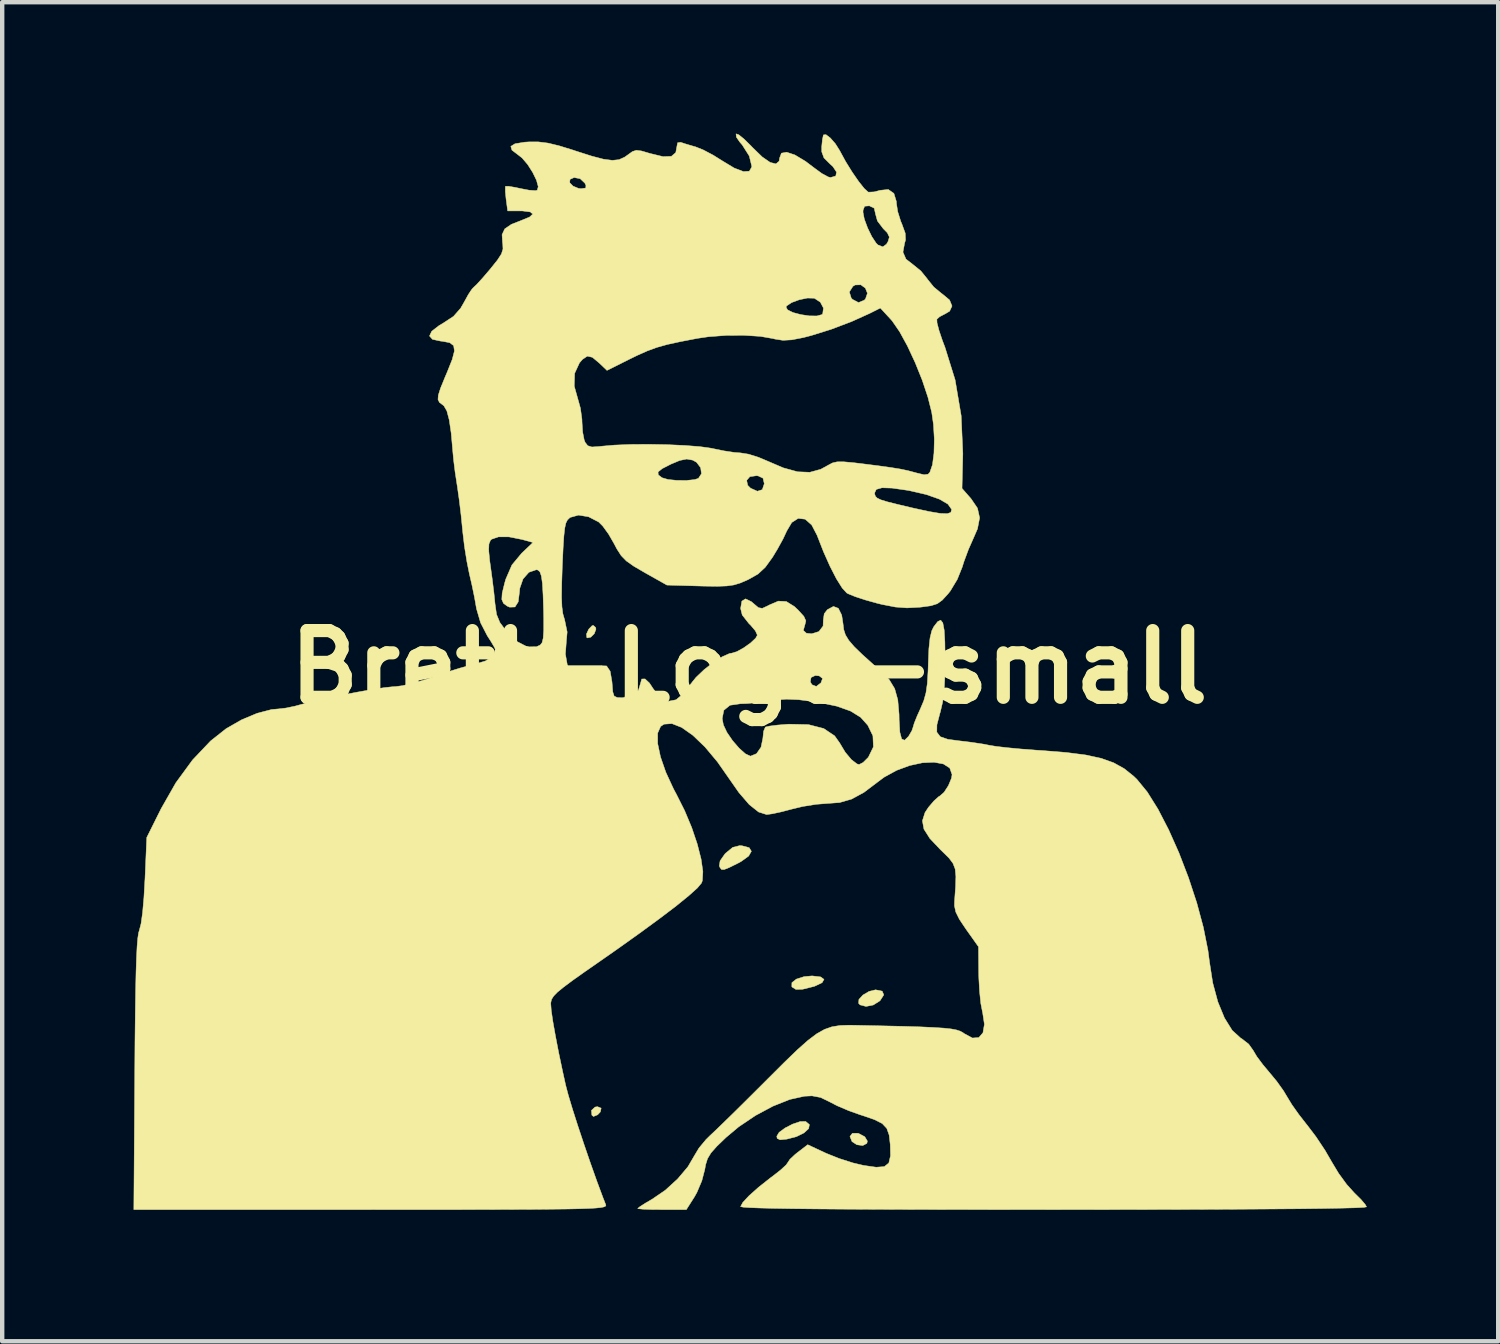
<source format=kicad_pcb>
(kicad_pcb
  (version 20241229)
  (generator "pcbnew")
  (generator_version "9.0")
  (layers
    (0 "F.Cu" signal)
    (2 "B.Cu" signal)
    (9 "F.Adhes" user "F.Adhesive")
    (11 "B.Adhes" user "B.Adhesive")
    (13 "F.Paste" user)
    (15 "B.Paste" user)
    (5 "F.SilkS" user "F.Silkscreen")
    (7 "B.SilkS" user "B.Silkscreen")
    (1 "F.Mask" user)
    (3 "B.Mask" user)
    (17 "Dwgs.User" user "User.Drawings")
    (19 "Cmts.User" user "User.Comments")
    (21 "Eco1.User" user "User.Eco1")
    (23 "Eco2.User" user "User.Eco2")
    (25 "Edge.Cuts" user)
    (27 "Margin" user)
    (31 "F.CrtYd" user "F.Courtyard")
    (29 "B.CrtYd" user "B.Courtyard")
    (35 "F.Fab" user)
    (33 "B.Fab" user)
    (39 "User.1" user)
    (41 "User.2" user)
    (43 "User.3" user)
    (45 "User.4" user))
  (footprint "Brett-Logo-small"
    (layer "F.Cu")
    (at 14.046 12.178)
    (property "Reference" "Brett-Logo-small" (at 0 0 0) (layer "F.SilkS") (effects (font (size 1.524 1.524) (thickness 0.3))))
    (attr through_hole)
    (fp_poly (pts (xy -3.374 10.067) (xy -3.392 10.152) (xy -3.455 10.219) (xy -3.55 10.257) (xy -3.586 10.227) (xy -3.596 10.118) (xy -3.513 10.042) (xy -3.457 10.033) (xy -3.374 10.067)) (stroke (width 0.01) (type solid)) (fill yes) (layer "F.SilkS"))
    (fp_poly (pts (xy -3.498 -0.902) (xy -3.493 -0.865) (xy -3.53 -0.764) (xy -3.611 -0.684) (xy -3.69 -0.667) (xy -3.702 -0.676) (xy -3.709 -0.756) (xy -3.658 -0.866) (xy -3.583 -0.944) (xy -3.554 -0.953) (xy -3.498 -0.902)) (stroke (width 0.01) (type solid)) (fill yes) (layer "F.SilkS"))
    (fp_poly (pts (xy 2.494 10.641) (xy 2.498 10.642) (xy 2.643 10.719) (xy 2.703 10.818) (xy 2.691 10.871) (xy 2.598 10.92) (xy 2.463 10.902) (xy 2.352 10.83) (xy 2.305 10.713) (xy 2.361 10.64) (xy 2.494 10.641)) (stroke (width 0.01) (type solid)) (fill yes) (layer "F.SilkS"))
    (fp_poly (pts (xy 1.636 7.071) (xy 1.713 7.127) (xy 1.669 7.203) (xy 1.503 7.282) (xy 1.469 7.292) (xy 1.225 7.353) (xy 1.072 7.357) (xy 0.986 7.304) (xy 0.978 7.293) (xy 0.98 7.202) (xy 1.082 7.121) (xy 1.257 7.065) (xy 1.441 7.048) (xy 1.636 7.071)) (stroke (width 0.01) (type solid)) (fill yes) (layer "F.SilkS"))
    (fp_poly (pts (xy 3.041 7.396) (xy 3.077 7.481) (xy 2.995 7.609) (xy 2.987 7.618) (xy 2.838 7.712) (xy 2.672 7.745) (xy 2.537 7.71) (xy 2.502 7.673) (xy 2.51 7.584) (xy 2.602 7.484) (xy 2.741 7.402) (xy 2.888 7.366) (xy 2.893 7.366) (xy 3.041 7.396)) (stroke (width 0.01) (type solid)) (fill yes) (layer "F.SilkS"))
    (fp_poly (pts (xy 1.295 10.371) (xy 1.38 10.442) (xy 1.362 10.534) (xy 1.257 10.631) (xy 1.083 10.717) (xy 0.864 10.774) (xy 0.709 10.789) (xy 0.644 10.757) (xy 0.635 10.707) (xy 0.689 10.618) (xy 0.825 10.519) (xy 0.998 10.43) (xy 1.168 10.373) (xy 1.293 10.37) (xy 1.295 10.371)) (stroke (width 0.01) (type solid)) (fill yes) (layer "F.SilkS"))
    (fp_poly (pts (xy -0.16 4.077) (xy 0.005 4.121) (xy 0.055 4.203) (xy -0.007 4.312) (xy -0.18 4.437) (xy -0.248 4.474) (xy -0.45 4.574) (xy -0.568 4.621) (xy -0.629 4.618) (xy -0.663 4.571) (xy -0.677 4.536) (xy -0.659 4.422) (xy -0.552 4.268) (xy -0.533 4.248) (xy -0.371 4.114) (xy -0.212 4.074) (xy -0.16 4.077)) (stroke (width 0.01) (type solid)) (fill yes) (layer "F.SilkS"))
    (fp_poly (pts (xy -0.233 -12.152) (xy -0.112 -12.054) (xy 0.045 -11.899) (xy 0.086 -11.856) (xy 0.304 -11.645) (xy 0.484 -11.521) (xy 0.616 -11.487) (xy 0.688 -11.549) (xy 0.699 -11.62) (xy 0.741 -11.732) (xy 0.86 -11.754) (xy 1.047 -11.692) (xy 1.289 -11.547) (xy 1.499 -11.388) (xy 1.665 -11.267) (xy 1.806 -11.191) (xy 1.86 -11.176) (xy 1.981 -11.21) (xy 1.999 -11.3) (xy 1.916 -11.426) (xy 1.849 -11.487) (xy 1.712 -11.624) (xy 1.661 -11.763) (xy 1.66 -11.875) (xy 1.676 -12.038) (xy 1.698 -12.143) (xy 1.7 -12.149) (xy 1.758 -12.154) (xy 1.857 -12.079) (xy 1.971 -11.949) (xy 2.071 -11.791) (xy 2.077 -11.779) (xy 2.207 -11.54) (xy 2.355 -11.301) (xy 2.503 -11.087) (xy 2.63 -10.927) (xy 2.719 -10.846) (xy 2.731 -10.842) (xy 2.859 -10.848) (xy 2.995 -10.884) (xy 3.18 -10.903) (xy 3.308 -10.814) (xy 3.365 -10.627) (xy 3.367 -10.581) (xy 3.395 -10.398) (xy 3.463 -10.18) (xy 3.492 -10.111) (xy 3.567 -9.905) (xy 3.574 -9.752) (xy 3.552 -9.674) (xy 3.515 -9.473) (xy 3.584 -9.314) (xy 3.753 -9.182) (xy 3.923 -9.044) (xy 4.067 -8.867) (xy 4.074 -8.855) (xy 4.218 -8.677) (xy 4.4 -8.526) (xy 4.417 -8.515) (xy 4.579 -8.38) (xy 4.635 -8.243) (xy 4.581 -8.125) (xy 4.483 -8.067) (xy 4.351 -7.998) (xy 4.289 -7.942) (xy 4.293 -7.857) (xy 4.338 -7.685) (xy 4.416 -7.453) (xy 4.473 -7.304) (xy 4.706 -6.555) (xy 4.844 -5.738) (xy 4.882 -4.874) (xy 4.88 -4.786) (xy 4.863 -4.08) (xy 5.067 -3.847) (xy 5.216 -3.629) (xy 5.265 -3.408) (xy 5.216 -3.156) (xy 5.12 -2.935) (xy 5.011 -2.689) (xy 4.907 -2.409) (xy 4.868 -2.284) (xy 4.755 -2.003) (xy 4.595 -1.737) (xy 4.543 -1.672) (xy 4.413 -1.53) (xy 4.298 -1.447) (xy 4.153 -1.401) (xy 3.932 -1.371) (xy 3.888 -1.367) (xy 3.608 -1.352) (xy 3.342 -1.372) (xy 3.032 -1.432) (xy 2.919 -1.46) (xy 2.655 -1.534) (xy 2.423 -1.61) (xy 2.262 -1.676) (xy 2.233 -1.692) (xy 2.129 -1.805) (xy 1.997 -2.015) (xy 1.851 -2.299) (xy 1.701 -2.635) (xy 1.559 -2.998) (xy 1.557 -3.005) (xy 1.432 -3.245) (xy 1.283 -3.377) (xy 1.125 -3.396) (xy 0.977 -3.302) (xy 0.864 -3.111) (xy 0.777 -2.925) (xy 0.649 -2.692) (xy 0.537 -2.507) (xy 0.372 -2.279) (xy 0.206 -2.125) (xy -0.009 -2.003) (xy -0.039 -1.989) (xy -0.199 -1.92) (xy -0.345 -1.876) (xy -0.507 -1.853) (xy -0.721 -1.845) (xy -1.019 -1.849) (xy -1.129 -1.852) (xy -1.873 -1.873) (xy -2.381 -2.159) (xy -2.631 -2.305) (xy -2.799 -2.424) (xy -2.917 -2.545) (xy -3.016 -2.699) (xy -3.08 -2.821) (xy -3.204 -3.036) (xy -3.335 -3.217) (xy -3.429 -3.312) (xy -3.661 -3.432) (xy -3.89 -3.47) (xy -4.078 -3.418) (xy -4.094 -3.407) (xy -4.143 -3.36) (xy -4.179 -3.289) (xy -4.205 -3.172) (xy -4.225 -2.99) (xy -4.242 -2.723) (xy -4.259 -2.351) (xy -4.261 -2.311) (xy -4.274 -1.902) (xy -4.278 -1.597) (xy -4.269 -1.376) (xy -4.248 -1.218) (xy -4.214 -1.101) (xy -4.21 -1.091) (xy -4.15 -0.803) (xy -4.167 -0.611) (xy -4.19 -0.298) (xy -4.146 -0.049) (xy -4.044 0.123) (xy -3.896 0.204) (xy -3.714 0.182) (xy -3.548 0.078) (xy -3.375 -0.031) (xy -3.25 -0.027) (xy -3.168 0.094) (xy -3.127 0.334) (xy -3.124 0.372) (xy -3.109 0.563) (xy -3.078 0.66) (xy -3.008 0.694) (xy -2.89 0.699) (xy -2.673 0.654) (xy -2.526 0.536) (xy -2.477 0.376) (xy -2.448 0.271) (xy -2.373 0.269) (xy -2.272 0.362) (xy -2.191 0.486) (xy -2.031 0.696) (xy -1.853 0.782) (xy -1.664 0.745) (xy -1.473 0.586) (xy -1.338 0.396) (xy -1.292 0.338) (xy 1.4 0.338) (xy 1.439 0.402) (xy 1.537 0.44) (xy 1.643 0.359) (xy 1.68 0.258) (xy 1.604 0.2) (xy 1.513 0.191) (xy 1.417 0.237) (xy 1.4 0.338) (xy -1.292 0.338) (xy -1.21 0.235) (xy -1.024 0.058) (xy -0.812 -0.108) (xy -0.607 -0.239) (xy -0.443 -0.311) (xy -0.398 -0.318) (xy -0.278 -0.353) (xy -0.119 -0.441) (xy 0.038 -0.553) (xy 0.154 -0.662) (xy 0.191 -0.731) (xy 0.146 -0.83) (xy 0.036 -0.96) (xy 0 -0.994) (xy -0.154 -1.19) (xy -0.191 -1.34) (xy -0.162 -1.507) (xy -0.078 -1.559) (xy 0.054 -1.495) (xy 0.104 -1.452) (xy 0.217 -1.357) (xy 0.305 -1.342) (xy 0.43 -1.4) (xy 0.454 -1.414) (xy 0.67 -1.507) (xy 0.852 -1.498) (xy 1.036 -1.384) (xy 1.121 -1.304) (xy 1.253 -1.159) (xy 1.299 -1.057) (xy 1.277 -0.966) (xy 1.276 -0.964) (xy 1.241 -0.838) (xy 1.311 -0.774) (xy 1.432 -0.762) (xy 1.596 -0.812) (xy 1.692 -0.938) (xy 1.697 -1.076) (xy 1.718 -1.22) (xy 1.789 -1.311) (xy 1.928 -1.386) (xy 2.04 -1.343) (xy 2.117 -1.188) (xy 2.147 -0.992) (xy 2.163 -0.858) (xy 2.202 -0.737) (xy 2.277 -0.613) (xy 2.402 -0.467) (xy 2.591 -0.284) (xy 2.858 -0.044) (xy 3.004 0.083) (xy 3.199 0.282) (xy 3.326 0.491) (xy 3.397 0.745) (xy 3.426 1.079) (xy 3.428 1.206) (xy 3.444 1.485) (xy 3.485 1.639) (xy 3.552 1.669) (xy 3.643 1.58) (xy 3.719 1.45) (xy 3.747 1.367) (xy 3.773 1.278) (xy 3.839 1.114) (xy 3.912 0.953) (xy 3.99 0.768) (xy 4.04 0.588) (xy 4.071 0.374) (xy 4.088 0.088) (xy 4.093 -0.077) (xy 4.107 -0.423) (xy 4.133 -0.666) (xy 4.173 -0.831) (xy 4.218 -0.922) (xy 4.309 -1.04) (xy 4.377 -1.072) (xy 4.425 -1.01) (xy 4.456 -0.846) (xy 4.472 -0.571) (xy 4.477 -0.185) (xy 4.471 0.228) (xy 4.454 0.545) (xy 4.42 0.8) (xy 4.368 1.023) (xy 4.356 1.062) (xy 4.29 1.316) (xy 4.288 1.484) (xy 4.367 1.588) (xy 4.541 1.648) (xy 4.814 1.684) (xy 5.081 1.716) (xy 5.338 1.755) (xy 5.493 1.785) (xy 5.647 1.81) (xy 5.897 1.839) (xy 6.214 1.869) (xy 6.567 1.896) (xy 6.706 1.905) (xy 7.25 1.949) (xy 7.687 2.005) (xy 8.038 2.081) (xy 8.324 2.183) (xy 8.564 2.316) (xy 8.779 2.488) (xy 8.855 2.561) (xy 9.092 2.85) (xy 9.337 3.242) (xy 9.581 3.714) (xy 9.816 4.242) (xy 10.032 4.804) (xy 10.221 5.378) (xy 10.372 5.94) (xy 10.477 6.466) (xy 10.512 6.731) (xy 10.586 7.208) (xy 10.703 7.641) (xy 10.854 8.008) (xy 11.03 8.291) (xy 11.224 8.468) (xy 11.249 8.482) (xy 11.406 8.604) (xy 11.51 8.75) (xy 11.591 8.887) (xy 11.729 9.072) (xy 11.872 9.243) (xy 12.046 9.453) (xy 12.201 9.67) (xy 12.287 9.813) (xy 12.392 9.986) (xy 12.549 10.208) (xy 12.725 10.434) (xy 12.74 10.452) (xy 12.942 10.718) (xy 13.149 11.029) (xy 13.302 11.293) (xy 13.458 11.553) (xy 13.642 11.806) (xy 13.814 11.997) (xy 13.818 12.001) (xy 13.967 12.148) (xy 14.068 12.267) (xy 14.097 12.32) (xy 14.034 12.331) (xy 13.846 12.341) (xy 13.534 12.349) (xy 13.102 12.357) (xy 12.551 12.364) (xy 11.882 12.369) (xy 11.098 12.374) (xy 10.201 12.378) (xy 9.193 12.38) (xy 8.075 12.382) (xy 6.953 12.383) (xy 5.751 12.382) (xy 4.671 12.381) (xy 3.711 12.379) (xy 2.867 12.376) (xy 2.134 12.372) (xy 1.509 12.367) (xy 0.988 12.361) (xy 0.567 12.354) (xy 0.243 12.346) (xy 0.012 12.337) (xy -0.131 12.327) (xy -0.189 12.315) (xy -0.191 12.313) (xy -0.14 12.218) (xy 0.001 12.067) (xy 0.216 11.875) (xy 0.491 11.657) (xy 0.556 11.609) (xy 0.726 11.475) (xy 0.847 11.364) (xy 0.889 11.304) (xy 0.935 11.234) (xy 1.052 11.124) (xy 1.115 11.074) (xy 1.341 10.901) (xy 1.766 11.099) (xy 2.056 11.215) (xy 2.379 11.318) (xy 2.616 11.374) (xy 2.903 11.415) (xy 3.09 11.401) (xy 3.192 11.319) (xy 3.231 11.153) (xy 3.225 10.9) (xy 3.2 10.682) (xy 3.146 10.529) (xy 3.042 10.418) (xy 2.864 10.328) (xy 2.588 10.233) (xy 2.542 10.219) (xy 2.276 10.124) (xy 2.011 10.011) (xy 1.851 9.928) (xy 1.636 9.823) (xy 1.44 9.786) (xy 1.266 9.794) (xy 0.932 9.868) (xy 0.548 10.021) (xy 0.148 10.235) (xy -0.236 10.494) (xy -0.527 10.738) (xy -0.735 10.939) (xy -0.867 11.088) (xy -0.945 11.217) (xy -0.989 11.357) (xy -1.009 11.47) (xy -1.076 11.725) (xy -1.188 11.99) (xy -1.243 12.089) (xy -1.429 12.382) (xy -1.984 12.382) (xy -2.232 12.38) (xy -2.423 12.373) (xy -2.528 12.362) (xy -2.54 12.357) (xy -2.489 12.315) (xy -2.358 12.231) (xy -2.207 12.143) (xy -1.909 11.939) (xy -1.627 11.681) (xy -1.394 11.405) (xy -1.246 11.152) (xy -1.143 10.98) (xy -0.984 10.787) (xy -0.883 10.687) (xy -0.76 10.572) (xy -0.565 10.383) (xy -0.314 10.138) (xy -0.024 9.851) (xy 0.287 9.541) (xy 0.439 9.389) (xy 0.807 9.022) (xy 1.103 8.736) (xy 1.344 8.522) (xy 1.545 8.37) (xy 1.724 8.269) (xy 1.895 8.209) (xy 2.077 8.18) (xy 2.284 8.173) (xy 2.413 8.175) (xy 3.021 8.188) (xy 3.515 8.199) (xy 3.908 8.211) (xy 4.214 8.225) (xy 4.445 8.24) (xy 4.614 8.258) (xy 4.735 8.281) (xy 4.821 8.309) (xy 4.884 8.343) (xy 4.915 8.366) (xy 5.101 8.466) (xy 5.247 8.455) (xy 5.341 8.346) (xy 5.374 8.152) (xy 5.334 7.887) (xy 5.329 7.867) (xy 5.292 7.676) (xy 5.264 7.405) (xy 5.247 7.102) (xy 5.244 6.985) (xy 5.239 6.382) (xy 4.956 5.984) (xy 4.804 5.757) (xy 4.721 5.59) (xy 4.69 5.446) (xy 4.692 5.349) (xy 4.716 5.015) (xy 4.723 4.778) (xy 4.707 4.609) (xy 4.658 4.481) (xy 4.57 4.362) (xy 4.433 4.226) (xy 4.372 4.167) (xy 4.13 3.912) (xy 3.994 3.698) (xy 3.959 3.508) (xy 4.018 3.32) (xy 4.097 3.2) (xy 4.222 3.054) (xy 4.331 2.956) (xy 4.359 2.94) (xy 4.455 2.855) (xy 4.553 2.703) (xy 4.622 2.537) (xy 4.636 2.452) (xy 4.583 2.303) (xy 4.438 2.21) (xy 4.223 2.171) (xy 3.96 2.183) (xy 3.668 2.246) (xy 3.37 2.356) (xy 3.087 2.511) (xy 2.942 2.619) (xy 2.623 2.86) (xy 2.343 3.012) (xy 2.069 3.091) (xy 1.796 3.111) (xy 1.536 3.131) (xy 1.229 3.18) (xy 0.984 3.239) (xy 0.744 3.302) (xy 0.536 3.347) (xy 0.404 3.365) (xy 0.402 3.365) (xy 0.22 3.307) (xy 0.006 3.137) (xy -0.23 2.863) (xy -0.431 2.575) (xy -0.718 2.164) (xy -1.004 1.822) (xy -1.28 1.557) (xy -1.535 1.377) (xy -1.758 1.289) (xy -1.94 1.302) (xy -2.017 1.355) (xy -2.084 1.506) (xy -2.084 1.744) (xy -2.02 2.048) (xy -1.898 2.399) (xy -1.722 2.78) (xy -1.655 2.905) (xy -1.468 3.277) (xy -1.307 3.662) (xy -1.18 4.038) (xy -1.093 4.38) (xy -1.052 4.667) (xy -1.064 4.875) (xy -1.084 4.929) (xy -1.179 5.042) (xy -1.375 5.218) (xy -1.664 5.453) (xy -2.042 5.74) (xy -2.501 6.076) (xy -3.034 6.456) (xy -3.365 6.687) (xy -3.743 6.95) (xy -4.028 7.152) (xy -4.234 7.306) (xy -4.374 7.421) (xy -4.46 7.51) (xy -4.505 7.582) (xy -4.522 7.65) (xy -4.524 7.685) (xy -4.513 7.836) (xy -4.476 8.089) (xy -4.417 8.42) (xy -4.342 8.808) (xy -4.253 9.23) (xy -4.185 9.539) (xy -4.125 9.767) (xy -4.029 10.087) (xy -3.906 10.471) (xy -3.766 10.892) (xy -3.618 11.323) (xy -3.471 11.736) (xy -3.334 12.105) (xy -3.269 12.271) (xy -3.266 12.291) (xy -3.28 12.308) (xy -3.318 12.323) (xy -3.387 12.336) (xy -3.497 12.347) (xy -3.654 12.356) (xy -3.866 12.363) (xy -4.142 12.369) (xy -4.489 12.373) (xy -4.915 12.377) (xy -5.428 12.379) (xy -6.035 12.381) (xy -6.745 12.382) (xy -7.565 12.382) (xy -8.504 12.382) (xy -8.633 12.383) (xy -14.041 12.383) (xy -14.02 9.287) (xy -14.015 8.539) (xy -14.008 7.91) (xy -14 7.388) (xy -13.991 6.965) (xy -13.98 6.631) (xy -13.967 6.377) (xy -13.952 6.193) (xy -13.934 6.07) (xy -13.914 6.001) (xy -13.876 5.854) (xy -13.841 5.601) (xy -13.811 5.261) (xy -13.788 4.854) (xy -13.787 4.849) (xy -13.746 3.888) (xy -13.418 3.23) (xy -13.082 2.64) (xy -12.7 2.118) (xy -12.289 1.685) (xy -11.935 1.405) (xy -11.585 1.204) (xy -11.513 1.174) (xy -0.611 1.174) (xy -0.584 1.318) (xy -0.504 1.488) (xy -0.375 1.677) (xy -0.223 1.852) (xy -0.078 1.981) (xy 0.034 2.032) (xy 0.034 2.032) (xy 0.173 1.975) (xy 0.275 1.828) (xy 0.317 1.627) (xy 0.318 1.618) (xy 0.334 1.463) (xy 0.373 1.371) (xy 0.377 1.367) (xy 0.466 1.346) (xy 0.646 1.323) (xy 0.879 1.304) (xy 0.915 1.302) (xy 1.359 1.312) (xy 1.706 1.401) (xy 1.955 1.568) (xy 2.068 1.727) (xy 2.197 1.942) (xy 2.339 2.112) (xy 2.467 2.21) (xy 2.515 2.223) (xy 2.605 2.177) (xy 2.718 2.065) (xy 2.726 2.055) (xy 2.84 1.821) (xy 2.829 1.568) (xy 2.712 1.327) (xy 2.549 1.145) (xy 2.32 1.003) (xy 2.008 0.892) (xy 1.593 0.805) (xy 1.48 0.787) (xy 1.133 0.743) (xy 0.855 0.731) (xy 0.595 0.751) (xy 0.461 0.77) (xy 0.202 0.807) (xy -0.044 0.831) (xy -0.198 0.836) (xy -0.434 0.87) (xy -0.574 0.985) (xy -0.611 1.174) (xy -11.513 1.174) (xy -11.226 1.053) (xy -10.895 0.967) (xy -10.732 0.953) (xy -10.571 0.934) (xy -10.356 0.889) (xy -10.251 0.86) (xy -9.997 0.793) (xy -9.677 0.719) (xy -9.319 0.643) (xy -8.954 0.573) (xy -8.612 0.512) (xy -8.324 0.468) (xy -8.12 0.446) (xy -8.076 0.445) (xy -7.905 0.423) (xy -7.655 0.364) (xy -7.368 0.278) (xy -7.195 0.218) (xy -6.893 0.114) (xy -6.597 0.022) (xy -6.352 -0.046) (xy -6.255 -0.068) (xy -6.013 -0.142) (xy -5.846 -0.249) (xy -5.779 -0.374) (xy -5.779 -0.382) (xy -5.811 -0.453) (xy -5.894 -0.594) (xy -5.974 -0.718) (xy -6.126 -1.013) (xy -6.218 -1.328) (xy -6.222 -1.348) (xy -6.265 -1.592) (xy -6.326 -1.887) (xy -6.382 -2.127) (xy -6.439 -2.411) (xy -6.48 -2.666) (xy -5.941 -2.666) (xy -5.918 -2.43) (xy -5.901 -2.308) (xy -5.86 -2.008) (xy -5.822 -1.7) (xy -5.797 -1.45) (xy -5.797 -1.45) (xy -5.762 -1.204) (xy -5.686 -1.019) (xy -5.542 -0.826) (xy -5.541 -0.825) (xy -5.29 -0.582) (xy -5.058 -0.462) (xy -4.848 -0.466) (xy -4.764 -0.506) (xy -4.723 -0.557) (xy -4.697 -0.661) (xy -4.685 -0.838) (xy -4.685 -1.112) (xy -4.688 -1.282) (xy -4.7 -1.652) (xy -4.715 -1.912) (xy -4.739 -2.081) (xy -4.773 -2.177) (xy -4.82 -2.217) (xy -4.855 -2.223) (xy -5.023 -2.165) (xy -5.157 -2.013) (xy -5.231 -1.801) (xy -5.238 -1.723) (xy -5.267 -1.49) (xy -5.341 -1.373) (xy -5.463 -1.369) (xy -5.518 -1.393) (xy -5.604 -1.457) (xy -5.642 -1.546) (xy -5.633 -1.689) (xy -5.578 -1.914) (xy -5.552 -2.006) (xy -5.411 -2.332) (xy -5.191 -2.597) (xy -4.93 -2.845) (xy -5.18 -2.914) (xy -5.476 -2.973) (xy -5.717 -2.974) (xy -5.876 -2.919) (xy -5.9 -2.896) (xy -5.935 -2.812) (xy -5.941 -2.666) (xy -6.48 -2.666) (xy -6.494 -2.754) (xy -6.534 -3.091) (xy -6.539 -3.143) (xy -6.572 -3.472) (xy -6.614 -3.819) (xy -6.636 -3.975) (xy 2.867 -3.975) (xy 2.87 -3.949) (xy 2.887 -3.899) (xy 2.927 -3.859) (xy 3.01 -3.819) (xy 3.157 -3.774) (xy 3.388 -3.716) (xy 3.721 -3.637) (xy 3.747 -3.631) (xy 4.109 -3.552) (xy 4.364 -3.509) (xy 4.526 -3.503) (xy 4.608 -3.531) (xy 4.626 -3.595) (xy 4.624 -3.604) (xy 4.541 -3.721) (xy 4.346 -3.835) (xy 4.051 -3.939) (xy 3.671 -4.027) (xy 3.608 -4.038) (xy 3.267 -4.087) (xy 3.037 -4.094) (xy 2.906 -4.057) (xy 2.867 -3.975) (xy -6.636 -3.975) (xy -6.656 -4.117) (xy -6.663 -4.159) (xy -6.706 -4.442) (xy -6.708 -4.455) (xy -2.075 -4.455) (xy -2.071 -4.389) (xy -1.984 -4.323) (xy -1.847 -4.283) (xy -1.641 -4.262) (xy -1.419 -4.261) (xy -1.406 -4.263) (xy -0.053 -4.263) (xy -0.028 -4.149) (xy 0.036 -4.085) (xy 0.192 -4.015) (xy 0.304 -4.051) (xy 0.349 -4.184) (xy 0.349 -4.192) (xy 0.321 -4.313) (xy 0.213 -4.364) (xy 0.174 -4.37) (xy 0.02 -4.348) (xy -0.053 -4.263) (xy -1.406 -4.263) (xy -1.234 -4.282) (xy -1.153 -4.31) (xy -1.084 -4.415) (xy -1.103 -4.552) (xy -1.195 -4.675) (xy -1.284 -4.725) (xy -1.421 -4.75) (xy -1.579 -4.718) (xy -1.776 -4.636) (xy -1.98 -4.532) (xy -2.075 -4.455) (xy -6.708 -4.455) (xy -6.742 -4.728) (xy -6.76 -4.921) (xy -6.797 -5.339) (xy -6.842 -5.644) (xy -6.896 -5.848) (xy -6.964 -5.965) (xy -6.994 -5.989) (xy -7.065 -6.042) (xy -7.098 -6.108) (xy -7.091 -6.208) (xy -7.04 -6.368) (xy -7.021 -6.414) (xy -3.988 -6.414) (xy -3.905 -6.118) (xy -3.847 -5.91) (xy -3.813 -5.661) (xy -3.81 -5.576) (xy -3.796 -5.363) (xy -3.761 -5.185) (xy -3.74 -5.132) (xy -3.68 -5.054) (xy -3.586 -5.025) (xy -3.417 -5.036) (xy -3.37 -5.042) (xy -3.073 -5.068) (xy -2.701 -5.083) (xy -2.287 -5.086) (xy -1.864 -5.078) (xy -1.464 -5.06) (xy -1.119 -5.033) (xy -0.862 -4.997) (xy -0.826 -4.989) (xy -0.572 -4.937) (xy -0.334 -4.901) (xy -0.191 -4.89) (xy -0.009 -4.861) (xy 0.222 -4.788) (xy 0.381 -4.721) (xy 0.783 -4.549) (xy 1.111 -4.459) (xy 1.389 -4.448) (xy 1.638 -4.516) (xy 1.813 -4.612) (xy 1.905 -4.661) (xy 2.011 -4.686) (xy 2.162 -4.687) (xy 2.391 -4.666) (xy 2.559 -4.646) (xy 2.947 -4.597) (xy 3.236 -4.557) (xy 3.453 -4.522) (xy 3.625 -4.486) (xy 3.78 -4.445) (xy 3.831 -4.431) (xy 3.998 -4.391) (xy 4.089 -4.404) (xy 4.129 -4.447) (xy 4.189 -4.621) (xy 4.223 -4.884) (xy 4.231 -5.203) (xy 4.211 -5.541) (xy 4.172 -5.815) (xy 4.085 -6.161) (xy 3.955 -6.551) (xy 3.794 -6.951) (xy 3.617 -7.331) (xy 3.438 -7.658) (xy 3.271 -7.9) (xy 3.237 -7.939) (xy 2.999 -8.197) (xy 2.754 -8.074) (xy 2.34 -7.887) (xy 1.875 -7.711) (xy 1.423 -7.57) (xy 1.243 -7.523) (xy 0.975 -7.471) (xy 0.775 -7.46) (xy 0.59 -7.489) (xy 0.554 -7.499) (xy 0.261 -7.55) (xy -0.112 -7.574) (xy -0.522 -7.572) (xy -0.924 -7.542) (xy -1.175 -7.505) (xy -1.565 -7.43) (xy -1.864 -7.365) (xy -2.106 -7.297) (xy -2.324 -7.217) (xy -2.552 -7.115) (xy -2.716 -7.035) (xy -3.241 -6.773) (xy -3.418 -6.942) (xy -3.574 -7.072) (xy -3.69 -7.099) (xy -3.801 -7.024) (xy -3.869 -6.945) (xy -3.979 -6.706) (xy -3.988 -6.414) (xy -7.021 -6.414) (xy -6.941 -6.611) (xy -6.889 -6.733) (xy -6.774 -7.021) (xy -6.723 -7.217) (xy -6.741 -7.338) (xy -6.831 -7.406) (xy -6.997 -7.438) (xy -7.037 -7.442) (xy -7.224 -7.482) (xy -7.292 -7.559) (xy -7.242 -7.666) (xy -7.075 -7.796) (xy -6.983 -7.85) (xy -6.744 -8.007) (xy -6.58 -8.194) (xy -6.565 -8.22) (xy 0.846 -8.22) (xy 0.881 -8.155) (xy 1.006 -8.094) (xy 1.184 -8.047) (xy 1.378 -8.018) (xy 1.551 -8.016) (xy 1.665 -8.047) (xy 1.683 -8.065) (xy 1.7 -8.197) (xy 1.629 -8.331) (xy 1.497 -8.418) (xy 1.485 -8.421) (xy 1.334 -8.425) (xy 1.148 -8.386) (xy 0.974 -8.322) (xy 0.861 -8.246) (xy 0.846 -8.22) (xy -6.565 -8.22) (xy -6.504 -8.327) (xy -6.406 -8.505) (xy -6.367 -8.564) (xy 2.291 -8.564) (xy 2.334 -8.426) (xy 2.362 -8.395) (xy 2.5 -8.322) (xy 2.632 -8.376) (xy 2.66 -8.406) (xy 2.704 -8.534) (xy 2.657 -8.652) (xy 2.553 -8.727) (xy 2.425 -8.724) (xy 2.373 -8.693) (xy 2.291 -8.564) (xy -6.367 -8.564) (xy -6.321 -8.632) (xy -6.286 -8.668) (xy -6.216 -8.734) (xy -6.09 -8.871) (xy -5.934 -9.053) (xy -5.902 -9.091) (xy -5.741 -9.292) (xy -5.65 -9.432) (xy -5.615 -9.544) (xy -5.62 -9.66) (xy -5.625 -9.69) (xy -5.636 -9.872) (xy -5.575 -10.003) (xy -5.424 -10.107) (xy -5.202 -10.194) (xy -5.006 -10.275) (xy -4.935 -10.342) (xy -4.983 -10.384) (xy 2.603 -10.384) (xy 2.633 -10.227) (xy 2.708 -10.025) (xy 2.805 -9.826) (xy 2.903 -9.678) (xy 2.945 -9.637) (xy 3.056 -9.594) (xy 3.139 -9.655) (xy 3.175 -9.716) (xy 3.205 -9.817) (xy 3.157 -9.916) (xy 3.066 -10.008) (xy 2.932 -10.185) (xy 2.889 -10.341) (xy 2.859 -10.476) (xy 2.75 -10.529) (xy 2.746 -10.53) (xy 2.64 -10.521) (xy 2.605 -10.432) (xy 2.603 -10.384) (xy -4.983 -10.384) (xy -4.989 -10.39) (xy -5.168 -10.413) (xy -5.234 -10.414) (xy -5.508 -10.414) (xy -5.544 -10.683) (xy -5.561 -10.853) (xy -5.561 -10.961) (xy -5.556 -10.976) (xy -5.486 -10.976) (xy -5.333 -10.95) (xy -5.213 -10.924) (xy -5.02 -10.887) (xy -4.876 -10.877) (xy -4.833 -10.886) (xy -4.81 -10.967) (xy -4.835 -11.059) (xy -4.093 -11.059) (xy -4.016 -10.98) (xy -3.891 -10.928) (xy -3.832 -10.922) (xy -3.725 -10.936) (xy -3.722 -11) (xy -3.747 -11.049) (xy -3.853 -11.149) (xy -3.991 -11.176) (xy -4.085 -11.134) (xy -4.093 -11.059) (xy -4.835 -11.059) (xy -4.85 -11.114) (xy -4.937 -11.293) (xy -5.052 -11.474) (xy -5.179 -11.623) (xy -5.261 -11.687) (xy -5.41 -11.801) (xy -5.436 -11.887) (xy -5.34 -11.947) (xy -5.12 -11.983) (xy -5.024 -11.989) (xy -4.806 -11.989) (xy -4.588 -11.962) (xy -4.332 -11.9) (xy -4.002 -11.798) (xy -3.956 -11.782) (xy -3.59 -11.665) (xy -3.319 -11.594) (xy -3.118 -11.568) (xy -2.965 -11.584) (xy -2.837 -11.642) (xy -2.764 -11.694) (xy -2.66 -11.769) (xy -2.571 -11.798) (xy -2.451 -11.782) (xy -2.258 -11.725) (xy -2.246 -11.722) (xy -1.961 -11.653) (xy -1.771 -11.66) (xy -1.671 -11.745) (xy -1.651 -11.854) (xy -1.629 -11.97) (xy -1.56 -11.98) (xy -1.441 -11.941) (xy -1.264 -11.889) (xy -1.226 -11.879) (xy -1.047 -11.808) (xy -0.819 -11.688) (xy -0.611 -11.558) (xy -0.336 -11.392) (xy -0.127 -11.312) (xy 0.008 -11.32) (xy 0.063 -11.415) (xy 0.064 -11.434) (xy 0.007 -11.667) (xy -0.153 -11.92) (xy -0.209 -11.985) (xy -0.287 -12.098) (xy -0.295 -12.172) (xy -0.294 -12.173) (xy -0.233 -12.152)) (stroke (width 0.01) (type solid)) (fill yes) (layer "F.SilkS")))
  (gr_rect
    (start -3 -3)
    (end 31.148 27.566)
    (stroke (width 0.1) (type default))
    (fill no)
    (layer "Edge.Cuts")))
</source>
